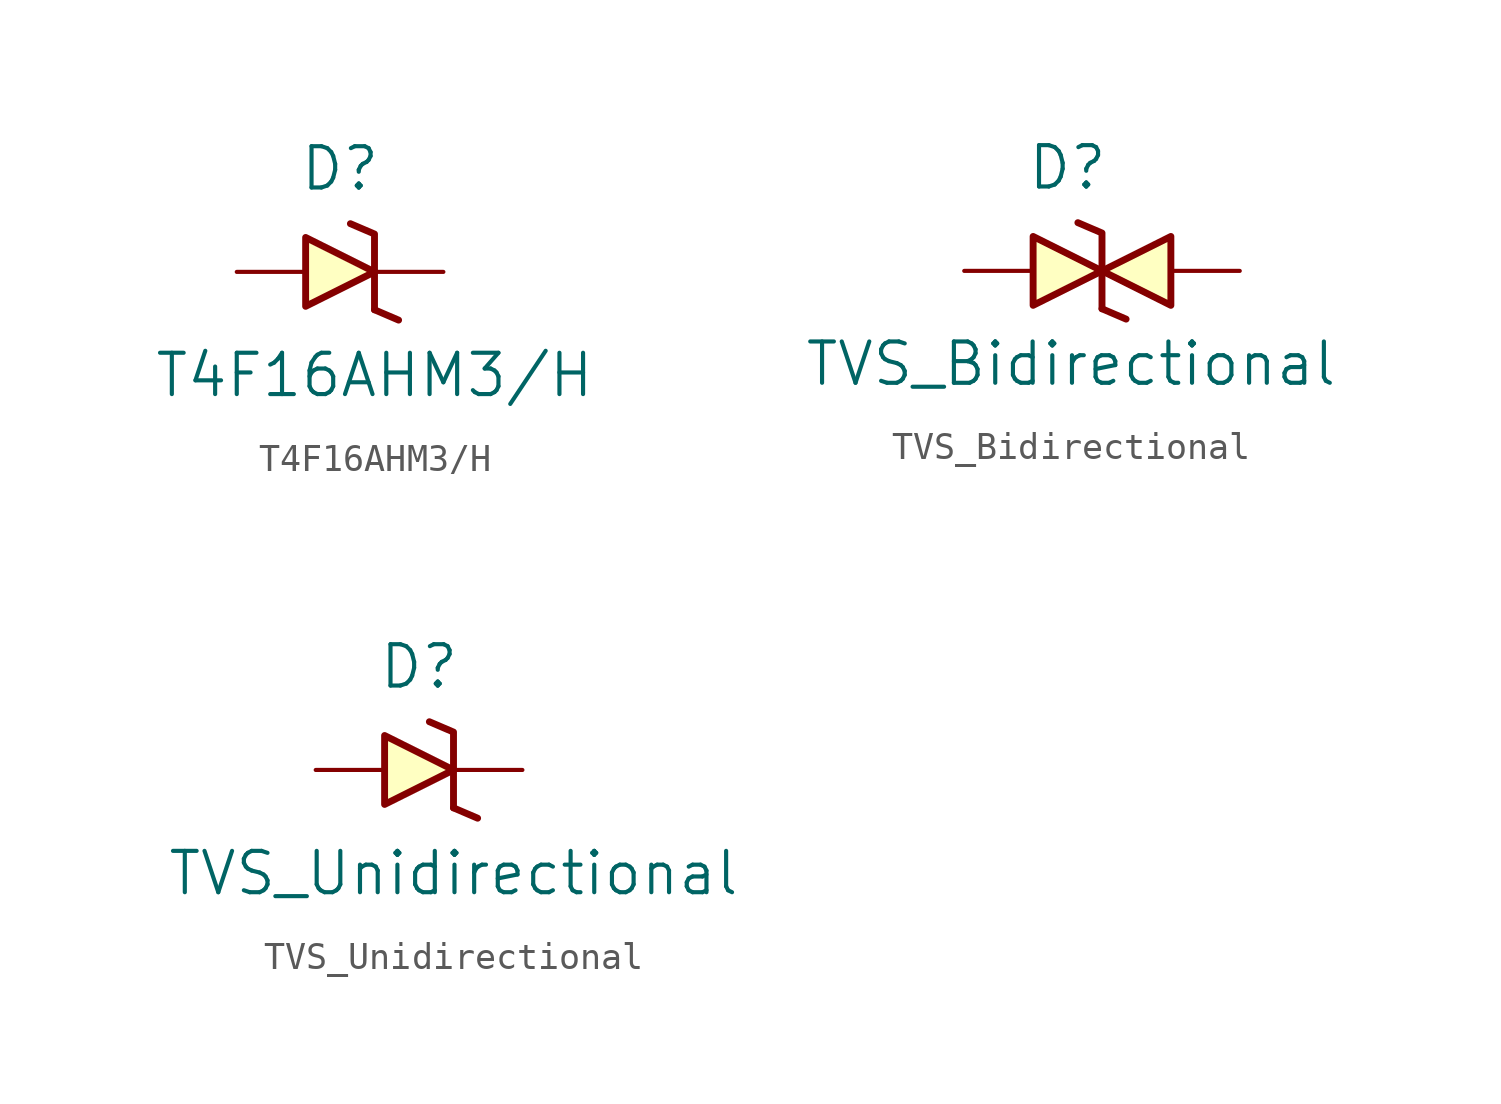
<source format=kicad_sym>
(kicad_symbol_lib
  (version 20241209)
  (generator "kicad_symbol_editor")
  (generator_version "9.0")
  (symbol "T4F16AHM3/H"
    (pin_numbers
      (hide yes))
    (pin_names
      (offset 0)
      (hide yes))
    (property "Reference" "D"
      (at -1.27 3.81 0)
      (effects (font (size 1.524 1.524))))
    (property "Value" "T4F16AHM3/H"
      (at 0 -3.81 0)
      (effects (font (size 1.524 1.524))))
    (symbol "T4F16AHM3/H_0_1"
      (polyline (pts (xy -2.54 1.27) (xy -2.54 -1.27) (xy 0 0) (xy -2.54 1.27)) (stroke (width 0.254) (type default)) (fill (type background)))
      (polyline (pts (xy 0 -1.397) (xy 0.889 -1.778)) (stroke (width 0.254) (type default)) (fill (type none)))
      (polyline (pts (xy 0 -1.397) (xy 0 1.397) (xy -0.889 1.778)) (stroke (width 0.254) (type default)) (fill (type none))))
    (symbol "T4F16AHM3/H_1_1"
      (pin input line (at -5.08 0 0) (length 2.54) (name "Anode" (effects (font (size 1.27 1.27)))) (number "2" (effects (font (size 1.27 1.27)))))
      (pin input line (at 2.54 0 180) (length 2.54) (name "Cathode" (effects (font (size 1.27 1.27)))) (number "1" (effects (font (size 1.27 1.27)))))))
  (symbol "TVS_Bidirectional"
    (pin_numbers
      (hide yes))
    (pin_names
      (offset 0)
      (hide yes))
    (property "Reference" "D"
      (at -1.27 3.81 0)
      (effects (font (size 1.524 1.524))))
    (property "Value" "TVS_Bidirectional"
      (at -1.143 -3.429 0)
      (effects (font (size 1.524 1.524))))
    (symbol "TVS_Bidirectional_0_1"
      (polyline (pts (xy -2.54 1.27) (xy -2.54 -1.27) (xy 0 0) (xy -2.54 1.27)) (stroke (width 0.254) (type default)) (fill (type background)))
      (polyline (pts (xy 0 0) (xy 2.54 1.27) (xy 2.54 -1.27) (xy 0 0)) (stroke (width 0.254) (type default)) (fill (type background)))
      (polyline (pts (xy 0 -1.397) (xy 0.889 -1.778)) (stroke (width 0.254) (type default)) (fill (type none)))
      (polyline (pts (xy 0 -1.397) (xy 0 1.397) (xy -0.889 1.778)) (stroke (width 0.254) (type default)) (fill (type none))))
    (symbol "TVS_Bidirectional_1_1"
      (pin input line (at -5.08 0 0) (length 2.54) (name "2" (effects (font (size 1.27 1.27)))) (number "2" (effects (font (size 1.27 1.27)))))
      (pin input line (at 5.08 0 180) (length 2.54) (name "1" (effects (font (size 1.27 1.27)))) (number "1" (effects (font (size 1.27 1.27)))))))
  (symbol "TVS_Unidirectional"
    (pin_numbers
      (hide yes))
    (pin_names
      (offset 0)
      (hide yes))
    (property "Reference" "D"
      (at -1.27 3.81 0)
      (effects (font (size 1.524 1.524))))
    (property "Value" "TVS_Unidirectional"
      (at 0 -3.81 0)
      (effects (font (size 1.524 1.524))))
    (symbol "TVS_Unidirectional_0_1"
      (polyline (pts (xy -2.54 1.27) (xy -2.54 -1.27) (xy 0 0) (xy -2.54 1.27)) (stroke (width 0.254) (type default)) (fill (type background)))
      (polyline (pts (xy 0 -1.397) (xy 0.889 -1.778)) (stroke (width 0.254) (type default)) (fill (type none)))
      (polyline (pts (xy 0 -1.397) (xy 0 1.397) (xy -0.889 1.778)) (stroke (width 0.254) (type default)) (fill (type none))))
    (symbol "TVS_Unidirectional_1_1"
      (pin input line (at -5.08 0 0) (length 2.54) (name "Anode" (effects (font (size 1.27 1.27)))) (number "2" (effects (font (size 1.27 1.27)))))
      (pin input line (at 2.54 0 180) (length 2.54) (name "Cathode" (effects (font (size 1.27 1.27)))) (number "1" (effects (font (size 1.27 1.27))))))))
</source>
